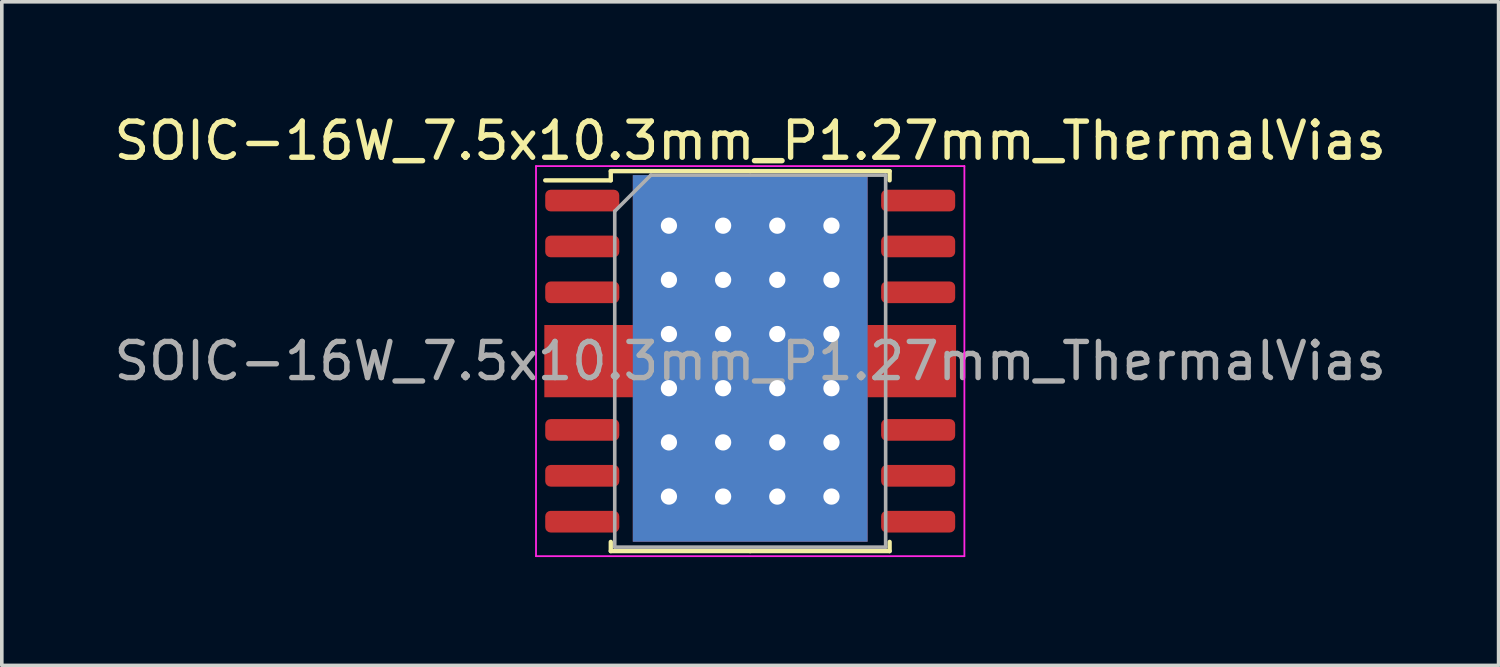
<source format=kicad_pcb>
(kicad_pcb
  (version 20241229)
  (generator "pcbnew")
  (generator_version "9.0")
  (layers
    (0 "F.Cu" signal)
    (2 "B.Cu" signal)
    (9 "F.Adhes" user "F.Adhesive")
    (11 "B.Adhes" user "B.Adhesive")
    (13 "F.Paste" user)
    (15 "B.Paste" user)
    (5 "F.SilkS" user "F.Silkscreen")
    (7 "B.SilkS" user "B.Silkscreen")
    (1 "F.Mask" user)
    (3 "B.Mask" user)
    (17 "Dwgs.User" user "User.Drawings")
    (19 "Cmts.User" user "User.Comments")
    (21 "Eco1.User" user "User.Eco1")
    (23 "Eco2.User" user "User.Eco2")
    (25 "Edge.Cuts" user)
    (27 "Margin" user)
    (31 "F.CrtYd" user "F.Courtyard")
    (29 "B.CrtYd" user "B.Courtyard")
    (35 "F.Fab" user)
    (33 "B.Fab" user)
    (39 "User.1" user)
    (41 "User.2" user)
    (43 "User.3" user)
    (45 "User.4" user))
  (footprint "SOIC-16W_7.5x10.3mm_P1.27mm_ThermalVias"
    (layer "F.Cu")
    (at 17.72 6.948)
    (property "Reference" "SOIC-16W_7.5x10.3mm_P1.27mm_ThermalVias" (at 0 -6.1 0) (layer "F.SilkS") (effects (font (size 1 1) (thickness 0.15))))
    (attr smd)
    (fp_line (start -3.86 -5.26) (end -3.86 -5.005) (stroke (width 0.12) (type solid)) (layer "F.SilkS"))
    (fp_line (start -3.86 -5.005) (end -5.675 -5.005) (stroke (width 0.12) (type solid)) (layer "F.SilkS"))
    (fp_line (start -3.86 5.26) (end -3.86 5.005) (stroke (width 0.12) (type solid)) (layer "F.SilkS"))
    (fp_line (start 0 -5.26) (end -3.86 -5.26) (stroke (width 0.12) (type solid)) (layer "F.SilkS"))
    (fp_line (start 0 -5.26) (end 3.86 -5.26) (stroke (width 0.12) (type solid)) (layer "F.SilkS"))
    (fp_line (start 0 5.26) (end -3.86 5.26) (stroke (width 0.12) (type solid)) (layer "F.SilkS"))
    (fp_line (start 0 5.26) (end 3.86 5.26) (stroke (width 0.12) (type solid)) (layer "F.SilkS"))
    (fp_line (start 3.86 -5.26) (end 3.86 -5.005) (stroke (width 0.12) (type solid)) (layer "F.SilkS"))
    (fp_line (start 3.86 5.26) (end 3.86 5.005) (stroke (width 0.12) (type solid)) (layer "F.SilkS"))
    (fp_line (start -5.93 -5.4) (end -5.93 5.4) (stroke (width 0.05) (type solid)) (layer "F.CrtYd"))
    (fp_line (start -5.93 5.4) (end 5.93 5.4) (stroke (width 0.05) (type solid)) (layer "F.CrtYd"))
    (fp_line (start 5.93 -5.4) (end -5.93 -5.4) (stroke (width 0.05) (type solid)) (layer "F.CrtYd"))
    (fp_line (start 5.93 5.4) (end 5.93 -5.4) (stroke (width 0.05) (type solid)) (layer "F.CrtYd"))
    (fp_line (start -3.75 -4.15) (end -2.75 -5.15) (stroke (width 0.1) (type solid)) (layer "F.Fab"))
    (fp_line (start -3.75 5.15) (end -3.75 -4.15) (stroke (width 0.1) (type solid)) (layer "F.Fab"))
    (fp_line (start -2.75 -5.15) (end 3.75 -5.15) (stroke (width 0.1) (type solid)) (layer "F.Fab"))
    (fp_line (start 3.75 -5.15) (end 3.75 5.15) (stroke (width 0.1) (type solid)) (layer "F.Fab"))
    (fp_line (start 3.75 5.15) (end -3.75 5.15) (stroke (width 0.1) (type solid)) (layer "F.Fab"))
    (fp_text user "${REFERENCE}" (at 0 0 0) (layer "F.Fab") (effects (font (size 1 1) (thickness 0.15))))
    (pad "1" smd roundrect (at -4.65 -4.445) (size 2.05 0.6) (layers "F.Cu" "F.Mask" "F.Paste") (roundrect_rratio 0.25))
    (pad "2" smd roundrect (at -4.65 -3.175) (size 2.05 0.6) (layers "F.Cu" "F.Mask" "F.Paste") (roundrect_rratio 0.25))
    (pad "3" smd roundrect (at -4.65 -1.905) (size 2.05 0.6) (layers "F.Cu" "F.Mask" "F.Paste") (roundrect_rratio 0.25))
    (pad "4" smd roundrect (at -4.65 -0.635) (size 2.05 0.6) (layers "F.Cu" "F.Mask" "F.Paste") (roundrect_rratio 0.25))
    (pad "4" smd roundrect (at -4.65 0.635) (size 2.05 0.6) (layers "F.Cu" "F.Mask" "F.Paste") (roundrect_rratio 0.25))
    (pad "4" smd rect (at -4.4 0) (size 2.6 2) (layers "F.Cu"))
    (pad "4" thru_hole circle (at -2.25 -3.75) (size 0.8 0.8) (drill 0.45) (layers "*.Cu"))
    (pad "4" thru_hole circle (at -2.25 -2.25) (size 0.8 0.8) (drill 0.45) (layers "*.Cu"))
    (pad "4" thru_hole circle (at -2.25 -0.75) (size 0.8 0.8) (drill 0.45) (layers "*.Cu"))
    (pad "4" thru_hole circle (at -2.25 0.75) (size 0.8 0.8) (drill 0.45) (layers "*.Cu"))
    (pad "4" thru_hole circle (at -2.25 2.25) (size 0.8 0.8) (drill 0.45) (layers "*.Cu"))
    (pad "4" thru_hole circle (at -2.25 3.75) (size 0.8 0.8) (drill 0.45) (layers "*.Cu"))
    (pad "4" thru_hole circle (at -0.75 -3.75) (size 0.8 0.8) (drill 0.45) (layers "*.Cu"))
    (pad "4" thru_hole circle (at -0.75 -2.25) (size 0.8 0.8) (drill 0.45) (layers "*.Cu"))
    (pad "4" thru_hole circle (at -0.75 -0.75) (size 0.8 0.8) (drill 0.45) (layers "*.Cu"))
    (pad "4" thru_hole circle (at -0.75 0.75) (size 0.8 0.8) (drill 0.45) (layers "*.Cu"))
    (pad "4" thru_hole circle (at -0.75 2.25) (size 0.8 0.8) (drill 0.45) (layers "*.Cu"))
    (pad "4" thru_hole circle (at -0.75 3.75) (size 0.8 0.8) (drill 0.45) (layers "*.Cu"))
    (pad "4" smd rect (at 0 -0.075) (size 6.5 10.15) (layers "F.Cu"))
    (pad "4" smd rect (at 0 -0.075) (size 6.5 10.15) (layers "B.Cu"))
    (pad "4" thru_hole circle (at 0.75 -3.75) (size 0.8 0.8) (drill 0.45) (layers "*.Cu"))
    (pad "4" thru_hole circle (at 0.75 -2.25) (size 0.8 0.8) (drill 0.45) (layers "*.Cu"))
    (pad "4" thru_hole circle (at 0.75 -0.75) (size 0.8 0.8) (drill 0.45) (layers "*.Cu"))
    (pad "4" thru_hole circle (at 0.75 0.75) (size 0.8 0.8) (drill 0.45) (layers "*.Cu"))
    (pad "4" thru_hole circle (at 0.75 2.25) (size 0.8 0.8) (drill 0.45) (layers "*.Cu"))
    (pad "4" thru_hole circle (at 0.75 3.75) (size 0.8 0.8) (drill 0.45) (layers "*.Cu"))
    (pad "4" thru_hole circle (at 2.25 -3.75) (size 0.8 0.8) (drill 0.45) (layers "*.Cu"))
    (pad "4" thru_hole circle (at 2.25 -2.25) (size 0.8 0.8) (drill 0.45) (layers "*.Cu"))
    (pad "4" thru_hole circle (at 2.25 -0.75) (size 0.8 0.8) (drill 0.45) (layers "*.Cu"))
    (pad "4" thru_hole circle (at 2.25 0.75) (size 0.8 0.8) (drill 0.45) (layers "*.Cu"))
    (pad "4" thru_hole circle (at 2.25 2.25) (size 0.8 0.8) (drill 0.45) (layers "*.Cu"))
    (pad "4" thru_hole circle (at 2.25 3.75) (size 0.8 0.8) (drill 0.45) (layers "*.Cu"))
    (pad "4" smd rect (at 4.45 0) (size 2.5 2) (layers "F.Cu"))
    (pad "4" smd roundrect (at 4.65 -0.635) (size 2.05 0.6) (layers "F.Cu" "F.Mask" "F.Paste") (roundrect_rratio 0.25))
    (pad "4" smd roundrect (at 4.65 0.635) (size 2.05 0.6) (layers "F.Cu" "F.Mask" "F.Paste") (roundrect_rratio 0.25))
    (pad "6" smd roundrect (at -4.65 1.905) (size 2.05 0.6) (layers "F.Cu" "F.Mask" "F.Paste") (roundrect_rratio 0.25))
    (pad "7" smd roundrect (at -4.65 3.175) (size 2.05 0.6) (layers "F.Cu" "F.Mask" "F.Paste") (roundrect_rratio 0.25))
    (pad "8" smd roundrect (at -4.65 4.445) (size 2.05 0.6) (layers "F.Cu" "F.Mask" "F.Paste") (roundrect_rratio 0.25))
    (pad "9" smd roundrect (at 4.65 4.445) (size 2.05 0.6) (layers "F.Cu" "F.Mask" "F.Paste") (roundrect_rratio 0.25))
    (pad "10" smd roundrect (at 4.65 3.175) (size 2.05 0.6) (layers "F.Cu" "F.Mask" "F.Paste") (roundrect_rratio 0.25))
    (pad "11" smd roundrect (at 4.65 1.905) (size 2.05 0.6) (layers "F.Cu" "F.Mask" "F.Paste") (roundrect_rratio 0.25))
    (pad "14" smd roundrect (at 4.65 -1.905) (size 2.05 0.6) (layers "F.Cu" "F.Mask" "F.Paste") (roundrect_rratio 0.25))
    (pad "15" smd roundrect (at 4.65 -3.175) (size 2.05 0.6) (layers "F.Cu" "F.Mask" "F.Paste") (roundrect_rratio 0.25))
    (pad "16" smd roundrect (at 4.65 -4.445) (size 2.05 0.6) (layers "F.Cu" "F.Mask" "F.Paste") (roundrect_rratio 0.25)))
  (gr_rect
    (start -3 -3)
    (end 38.44 15.373)
    (stroke (width 0.1) (type default))
    (fill no)
    (layer "Edge.Cuts")))
</source>
